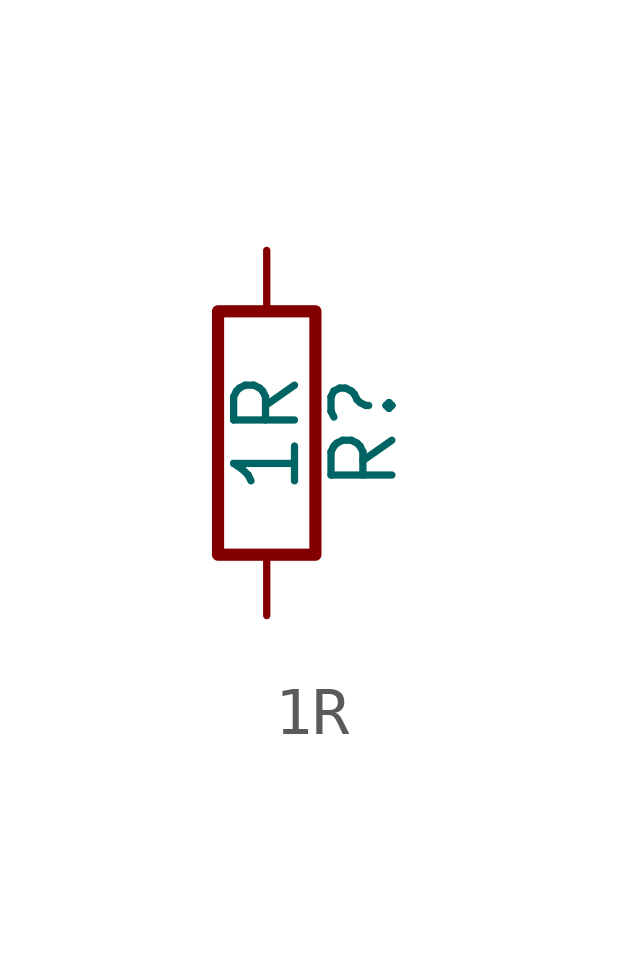
<source format=kicad_sym>
(kicad_symbol_lib
  (version 20220914)
  (generator kicad_db_lib)
  (symbol "1R"
    (pin_numbers hide)
    (pin_names
      (offset 0))
    (property "Reference" "R"
      (at 2.032 0 90)
      (effects (font (size 1.27 1.27))))
    (property "Value" "1R"
      (at 0 0 90)
      (effects (font (size 1.27 1.27))))
    (symbol "1R_0_1"
      (rectangle (start -1.016 -2.54) (end 1.016 2.54) (stroke (width 0.254) (type default)) (fill (type none))))
    (symbol "1R_1_1"
      (pin passive line (at 0 3.81 270) (length 1.27) (name "~" (effects (font (size 1.27 1.27)))) (number "1" (effects (font (size 1.27 1.27)))))
      (pin passive line (at 0 -3.81 90) (length 1.27) (name "~" (effects (font (size 1.27 1.27)))) (number "2" (effects (font (size 1.27 1.27))))))))
</source>
